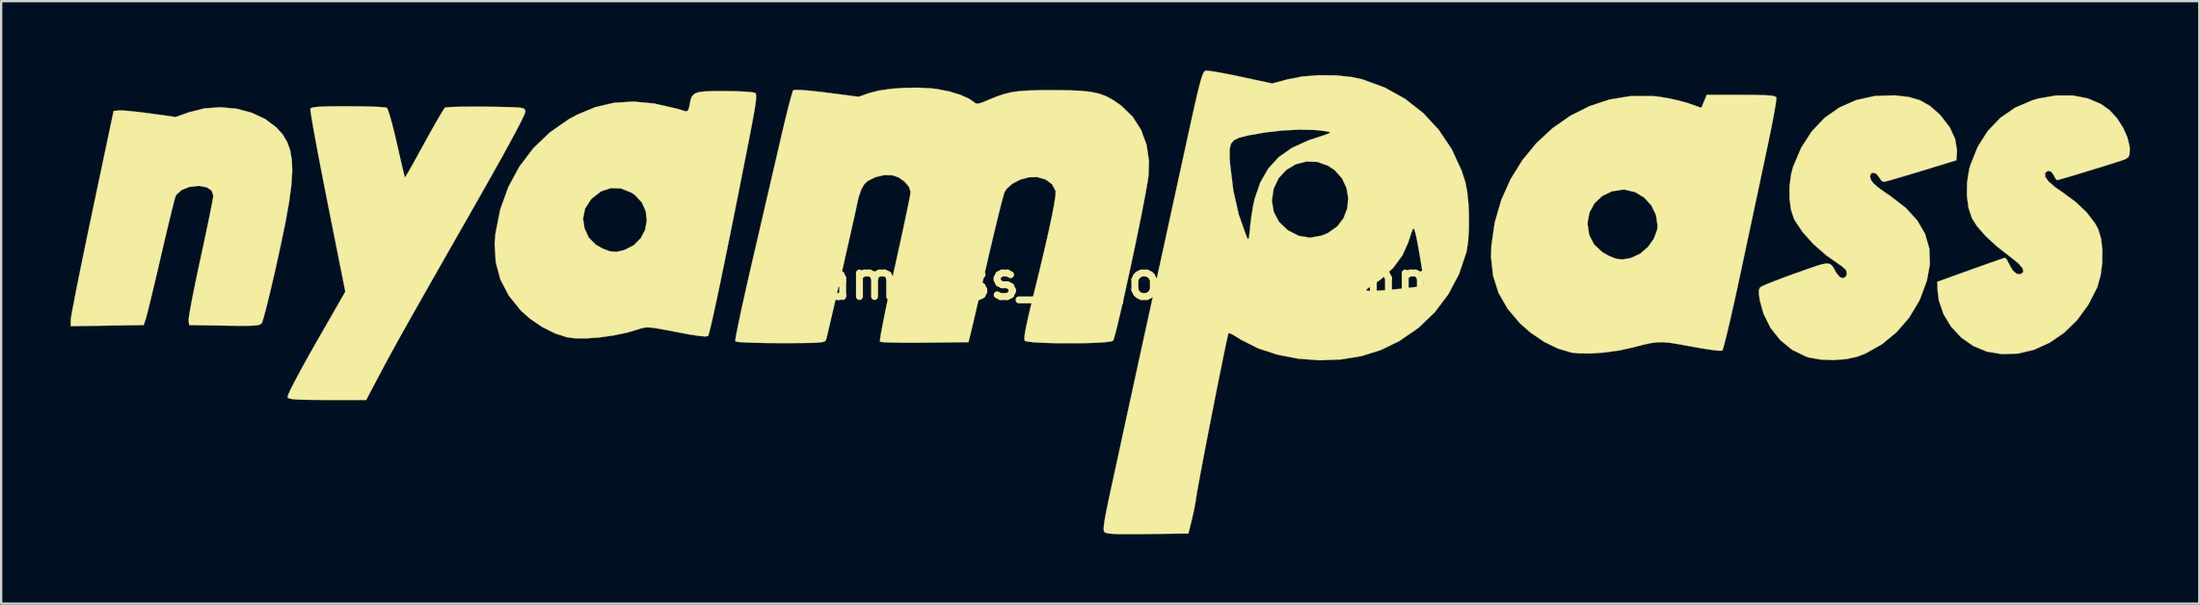
<source format=kicad_pcb>
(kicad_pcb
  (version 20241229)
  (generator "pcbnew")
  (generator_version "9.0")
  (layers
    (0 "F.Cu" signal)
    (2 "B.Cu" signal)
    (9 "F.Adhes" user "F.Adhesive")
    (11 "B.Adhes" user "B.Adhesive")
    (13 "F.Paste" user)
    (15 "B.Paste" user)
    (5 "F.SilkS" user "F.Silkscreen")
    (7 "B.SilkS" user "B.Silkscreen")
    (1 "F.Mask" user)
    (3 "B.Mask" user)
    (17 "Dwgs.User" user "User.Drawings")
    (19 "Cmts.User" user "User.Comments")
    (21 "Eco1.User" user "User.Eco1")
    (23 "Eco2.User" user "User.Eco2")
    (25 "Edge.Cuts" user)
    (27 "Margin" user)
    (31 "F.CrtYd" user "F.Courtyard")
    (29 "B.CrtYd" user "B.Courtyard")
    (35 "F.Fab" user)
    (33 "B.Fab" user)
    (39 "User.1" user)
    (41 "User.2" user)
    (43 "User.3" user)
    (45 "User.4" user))
  (footprint "nyampass_logo_90x23mm"
    (layer "F.Cu")
    (at 44.578 9.083)
    (property "Reference" "nyampass_logo_90x23mm" (at 0 0 0) (layer "F.SilkS") (effects (font (size 1.524 1.524) (thickness 0.3))))
    (attr through_hole)
    (fp_poly (pts (xy 41.944 -8.002) (xy 42.599 -7.875) (xy 43.175 -7.627) (xy 43.539 -7.366) (xy 43.851 -7.026) (xy 44.117 -6.614) (xy 44.31 -6.181) (xy 44.404 -5.779) (xy 44.409 -5.679) (xy 44.396 -5.447) (xy 44.336 -5.32) (xy 44.203 -5.244) (xy 44.19 -5.238) (xy 44.035 -5.185) (xy 43.769 -5.099) (xy 43.42 -4.989) (xy 43.021 -4.865) (xy 42.601 -4.736) (xy 42.191 -4.611) (xy 41.822 -4.5) (xy 41.524 -4.413) (xy 41.327 -4.357) (xy 41.264 -4.343) (xy 41.198 -4.41) (xy 41.132 -4.547) (xy 41.019 -4.708) (xy 40.876 -4.749) (xy 40.758 -4.663) (xy 40.75 -4.499) (xy 40.895 -4.287) (xy 41.193 -4.03) (xy 41.501 -3.818) (xy 42.073 -3.397) (xy 42.552 -2.94) (xy 42.91 -2.473) (xy 43.042 -2.23) (xy 43.167 -1.823) (xy 43.225 -1.319) (xy 43.219 -0.771) (xy 43.149 -0.23) (xy 43.017 0.25) (xy 42.993 0.311) (xy 42.612 1.057) (xy 42.134 1.708) (xy 41.576 2.253) (xy 40.954 2.682) (xy 40.286 2.987) (xy 39.587 3.156) (xy 38.875 3.181) (xy 38.236 3.072) (xy 37.649 2.831) (xy 37.127 2.464) (xy 36.69 1.996) (xy 36.361 1.453) (xy 36.159 0.862) (xy 36.106 0.434) (xy 36.093 0.053) (xy 37.526 -0.464) (xy 37.982 -0.627) (xy 38.385 -0.77) (xy 38.709 -0.882) (xy 38.929 -0.956) (xy 39.021 -0.982) (xy 39.089 -0.915) (xy 39.178 -0.75) (xy 39.192 -0.717) (xy 39.348 -0.442) (xy 39.524 -0.288) (xy 39.697 -0.275) (xy 39.813 -0.374) (xy 39.781 -0.528) (xy 39.601 -0.739) (xy 39.27 -1.008) (xy 39.22 -1.045) (xy 38.651 -1.49) (xy 38.174 -1.932) (xy 37.809 -2.351) (xy 37.589 -2.697) (xy 37.442 -3.139) (xy 37.371 -3.674) (xy 37.38 -4.248) (xy 37.469 -4.809) (xy 37.515 -4.976) (xy 37.835 -5.778) (xy 38.27 -6.466) (xy 38.815 -7.036) (xy 39.465 -7.483) (xy 40.215 -7.801) (xy 40.477 -7.876) (xy 41.229 -8.003) (xy 41.944 -8.002)) (stroke (width 0.01) (type solid)) (fill yes) (layer "F.SilkS"))
    (fp_poly (pts (xy -37.403 -7.43) (xy -36.753 -7.257) (xy -36.169 -6.985) (xy -35.679 -6.618) (xy -35.403 -6.306) (xy -35.218 -5.993) (xy -35.089 -5.635) (xy -35.016 -5.213) (xy -35 -4.712) (xy -35.039 -4.114) (xy -35.134 -3.402) (xy -35.285 -2.559) (xy -35.355 -2.212) (xy -35.488 -1.576) (xy -35.627 -0.934) (xy -35.767 -0.308) (xy -35.903 0.278) (xy -36.029 0.803) (xy -36.139 1.244) (xy -36.229 1.578) (xy -36.294 1.783) (xy -36.311 1.825) (xy -36.35 1.876) (xy -36.422 1.913) (xy -36.548 1.937) (xy -36.753 1.951) (xy -37.058 1.956) (xy -37.486 1.953) (xy -37.919 1.948) (xy -39.452 1.925) (xy -39.476 1.718) (xy -39.465 1.589) (xy -39.422 1.32) (xy -39.352 0.935) (xy -39.258 0.454) (xy -39.144 -0.102) (xy -39.015 -0.711) (xy -38.955 -0.986) (xy -38.82 -1.61) (xy -38.697 -2.19) (xy -38.591 -2.703) (xy -38.505 -3.129) (xy -38.444 -3.447) (xy -38.412 -3.635) (xy -38.409 -3.671) (xy -38.48 -3.888) (xy -38.687 -4.032) (xy -39.015 -4.093) (xy -39.071 -4.094) (xy -39.456 -4.048) (xy -39.778 -3.918) (xy -39.997 -3.721) (xy -40.05 -3.62) (xy -40.089 -3.486) (xy -40.158 -3.214) (xy -40.254 -2.827) (xy -40.37 -2.347) (xy -40.501 -1.795) (xy -40.642 -1.193) (xy -40.681 -1.024) (xy -40.824 -0.409) (xy -40.96 0.166) (xy -41.083 0.679) (xy -41.187 1.107) (xy -41.267 1.426) (xy -41.318 1.615) (xy -41.325 1.639) (xy -41.419 1.925) (xy -42.996 1.948) (xy -44.573 1.97) (xy -44.57 1.702) (xy -44.553 1.573) (xy -44.505 1.299) (xy -44.428 0.896) (xy -44.327 0.38) (xy -44.205 -0.233) (xy -44.063 -0.928) (xy -43.906 -1.689) (xy -43.737 -2.5) (xy -43.642 -2.95) (xy -42.718 -7.333) (xy -42.478 -7.356) (xy -42.308 -7.353) (xy -42.015 -7.329) (xy -41.638 -7.289) (xy -41.214 -7.236) (xy -41.138 -7.225) (xy -40.039 -7.072) (xy -39.459 -7.277) (xy -38.784 -7.447) (xy -38.089 -7.495) (xy -37.403 -7.43)) (stroke (width 0.01) (type solid)) (fill yes) (layer "F.SilkS"))
    (fp_poly (pts (xy 34.852 -7.94) (xy 35.345 -7.795) (xy 35.771 -7.556) (xy 36.174 -7.201) (xy 36.249 -7.122) (xy 36.628 -6.628) (xy 36.861 -6.128) (xy 36.942 -5.637) (xy 36.938 -5.514) (xy 36.912 -5.203) (xy 35.396 -4.738) (xy 34.92 -4.594) (xy 34.494 -4.467) (xy 34.144 -4.365) (xy 33.898 -4.296) (xy 33.779 -4.268) (xy 33.776 -4.267) (xy 33.669 -4.329) (xy 33.579 -4.465) (xy 33.461 -4.616) (xy 33.323 -4.669) (xy 33.215 -4.619) (xy 33.184 -4.506) (xy 33.215 -4.367) (xy 33.32 -4.218) (xy 33.519 -4.038) (xy 33.832 -3.811) (xy 34.071 -3.65) (xy 34.727 -3.145) (xy 35.225 -2.601) (xy 35.565 -2.014) (xy 35.747 -1.383) (xy 35.771 -0.708) (xy 35.639 0.015) (xy 35.35 0.787) (xy 35.304 0.887) (xy 34.878 1.599) (xy 34.336 2.228) (xy 33.702 2.752) (xy 33 3.148) (xy 32.626 3.293) (xy 32.151 3.397) (xy 31.602 3.438) (xy 31.045 3.415) (xy 30.551 3.328) (xy 30.425 3.29) (xy 29.825 2.998) (xy 29.306 2.576) (xy 28.884 2.045) (xy 28.578 1.424) (xy 28.426 0.869) (xy 28.382 0.579) (xy 28.383 0.403) (xy 28.432 0.301) (xy 28.446 0.287) (xy 28.555 0.229) (xy 28.792 0.127) (xy 29.132 -0.007) (xy 29.546 -0.163) (xy 29.985 -0.322) (xy 30.493 -0.503) (xy 30.869 -0.633) (xy 31.138 -0.712) (xy 31.324 -0.74) (xy 31.451 -0.717) (xy 31.543 -0.643) (xy 31.626 -0.518) (xy 31.721 -0.342) (xy 31.729 -0.328) (xy 31.877 -0.15) (xy 32.027 -0.099) (xy 32.144 -0.177) (xy 32.185 -0.299) (xy 32.148 -0.458) (xy 31.976 -0.616) (xy 31.928 -0.647) (xy 31.301 -1.085) (xy 30.74 -1.576) (xy 30.276 -2.091) (xy 29.936 -2.6) (xy 29.894 -2.681) (xy 29.767 -3.072) (xy 29.704 -3.559) (xy 29.707 -4.09) (xy 29.777 -4.61) (xy 29.858 -4.916) (xy 30.209 -5.742) (xy 30.665 -6.45) (xy 31.22 -7.034) (xy 31.865 -7.488) (xy 32.59 -7.806) (xy 33.388 -7.981) (xy 34.249 -8.008) (xy 34.852 -7.94)) (stroke (width 0.01) (type solid)) (fill yes) (layer "F.SilkS"))
    (fp_poly (pts (xy -32.095 -7.533) (xy -31.652 -7.524) (xy -31.289 -7.51) (xy -31.034 -7.493) (xy -30.914 -7.473) (xy -30.911 -7.471) (xy -30.862 -7.374) (xy -30.786 -7.143) (xy -30.691 -6.805) (xy -30.584 -6.386) (xy -30.48 -5.942) (xy -30.375 -5.477) (xy -30.281 -5.07) (xy -30.205 -4.747) (xy -30.152 -4.534) (xy -30.13 -4.457) (xy -30.087 -4.519) (xy -29.977 -4.704) (xy -29.813 -4.992) (xy -29.607 -5.362) (xy -29.37 -5.793) (xy -29.298 -5.926) (xy -29.05 -6.376) (xy -28.823 -6.779) (xy -28.632 -7.109) (xy -28.489 -7.346) (xy -28.407 -7.467) (xy -28.398 -7.476) (xy -28.292 -7.494) (xy -28.048 -7.507) (xy -27.693 -7.516) (xy -27.252 -7.52) (xy -26.75 -7.519) (xy -26.629 -7.517) (xy -26.065 -7.51) (xy -25.643 -7.502) (xy -25.343 -7.491) (xy -25.143 -7.474) (xy -25.022 -7.449) (xy -24.959 -7.413) (xy -24.932 -7.364) (xy -24.924 -7.317) (xy -24.959 -7.201) (xy -25.076 -6.947) (xy -25.275 -6.56) (xy -25.552 -6.042) (xy -25.905 -5.396) (xy -26.335 -4.627) (xy -26.837 -3.737) (xy -27.131 -3.22) (xy -27.745 -2.143) (xy -28.284 -1.197) (xy -28.755 -0.37) (xy -29.163 0.35) (xy -29.517 0.972) (xy -29.821 1.51) (xy -30.082 1.974) (xy -30.307 2.376) (xy -30.502 2.728) (xy -30.674 3.04) (xy -30.83 3.325) (xy -30.974 3.593) (xy -31.115 3.857) (xy -31.231 4.076) (xy -31.804 5.162) (xy -33.48 5.162) (xy -34.058 5.16) (xy -34.492 5.154) (xy -34.802 5.143) (xy -35.009 5.124) (xy -35.132 5.097) (xy -35.191 5.059) (xy -35.202 5.041) (xy -35.174 4.94) (xy -35.071 4.713) (xy -34.901 4.376) (xy -34.672 3.945) (xy -34.392 3.435) (xy -34.069 2.862) (xy -33.976 2.7) (xy -32.704 0.48) (xy -33.481 -3.419) (xy -33.634 -4.197) (xy -33.776 -4.929) (xy -33.904 -5.597) (xy -34.013 -6.185) (xy -34.102 -6.679) (xy -34.167 -7.06) (xy -34.206 -7.315) (xy -34.215 -7.426) (xy -34.215 -7.428) (xy -34.167 -7.467) (xy -34.045 -7.497) (xy -33.83 -7.517) (xy -33.504 -7.53) (xy -33.048 -7.536) (xy -32.592 -7.537) (xy -32.095 -7.533)) (stroke (width 0.01) (type solid)) (fill yes) (layer "F.SilkS"))
    (fp_poly (pts (xy -15.885 -8.187) (xy -15.503 -8.173) (xy -15.206 -8.152) (xy -15.028 -8.126) (xy -14.997 -8.115) (xy -14.966 -8.074) (xy -14.952 -7.989) (xy -14.957 -7.842) (xy -14.984 -7.618) (xy -15.035 -7.299) (xy -15.112 -6.87) (xy -15.218 -6.313) (xy -15.35 -5.638) (xy -15.622 -4.262) (xy -15.873 -3) (xy -16.103 -1.858) (xy -16.31 -0.841) (xy -16.493 0.048) (xy -16.652 0.801) (xy -16.785 1.416) (xy -16.891 1.886) (xy -16.97 2.207) (xy -17.019 2.375) (xy -17.031 2.397) (xy -17.15 2.417) (xy -17.425 2.393) (xy -17.851 2.327) (xy -18.389 2.226) (xy -18.874 2.132) (xy -19.229 2.068) (xy -19.483 2.033) (xy -19.668 2.024) (xy -19.813 2.039) (xy -19.948 2.075) (xy -20.013 2.098) (xy -20.535 2.252) (xy -21.121 2.374) (xy -21.727 2.459) (xy -22.305 2.501) (xy -22.809 2.494) (xy -23.106 2.456) (xy -23.639 2.287) (xy -24.198 2.006) (xy -24.728 1.646) (xy -25.136 1.281) (xy -25.647 0.642) (xy -26.003 -0.047) (xy -26.204 -0.79) (xy -26.252 -1.589) (xy -26.216 -2.034) (xy -26.087 -2.682) (xy -22.432 -2.682) (xy -22.371 -2.266) (xy -22.186 -1.859) (xy -21.888 -1.555) (xy -21.59 -1.384) (xy -21.264 -1.262) (xy -20.982 -1.241) (xy -20.663 -1.314) (xy -20.639 -1.322) (xy -20.233 -1.532) (xy -19.935 -1.835) (xy -19.748 -2.201) (xy -19.676 -2.6) (xy -19.723 -3.002) (xy -19.892 -3.378) (xy -20.186 -3.697) (xy -20.348 -3.806) (xy -20.791 -3.983) (xy -21.233 -3.999) (xy -21.654 -3.859) (xy -22.037 -3.564) (xy -22.099 -3.496) (xy -22.346 -3.107) (xy -22.432 -2.682) (xy -26.087 -2.682) (xy -26.01 -3.071) (xy -25.663 -4.039) (xy -25.185 -4.925) (xy -24.582 -5.72) (xy -23.864 -6.409) (xy -23.039 -6.983) (xy -22.688 -7.173) (xy -21.9 -7.5) (xy -21.091 -7.688) (xy -20.247 -7.74) (xy -19.35 -7.655) (xy -18.383 -7.434) (xy -18.014 -7.321) (xy -17.919 -7.329) (xy -17.857 -7.448) (xy -17.822 -7.614) (xy -17.78 -7.825) (xy -17.718 -7.977) (xy -17.613 -8.08) (xy -17.441 -8.144) (xy -17.175 -8.178) (xy -16.793 -8.191) (xy -16.32 -8.192) (xy -15.885 -8.187)) (stroke (width 0.01) (type solid)) (fill yes) (layer "F.SilkS"))
    (fp_poly (pts (xy 28.158 -8.027) (xy 28.561 -8.019) (xy 28.841 -8.004) (xy 29.017 -7.98) (xy 29.11 -7.946) (xy 29.136 -7.916) (xy 29.132 -7.807) (xy 29.096 -7.561) (xy 29.034 -7.202) (xy 28.949 -6.754) (xy 28.845 -6.238) (xy 28.763 -5.847) (xy 28.651 -5.318) (xy 28.511 -4.661) (xy 28.351 -3.906) (xy 28.176 -3.085) (xy 27.994 -2.23) (xy 27.812 -1.373) (xy 27.636 -0.544) (xy 27.618 -0.46) (xy 27.462 0.267) (xy 27.313 0.945) (xy 27.175 1.555) (xy 27.052 2.082) (xy 26.949 2.509) (xy 26.868 2.819) (xy 26.814 2.995) (xy 26.797 3.029) (xy 26.688 3.034) (xy 26.449 3.011) (xy 26.109 2.963) (xy 25.699 2.895) (xy 25.458 2.851) (xy 24.951 2.758) (xy 24.563 2.695) (xy 24.254 2.666) (xy 23.982 2.669) (xy 23.706 2.705) (xy 23.385 2.776) (xy 22.978 2.881) (xy 22.941 2.891) (xy 22.35 3.021) (xy 21.727 3.109) (xy 21.123 3.153) (xy 20.587 3.148) (xy 20.283 3.113) (xy 19.7 2.942) (xy 19.092 2.644) (xy 18.503 2.243) (xy 18.059 1.851) (xy 17.517 1.212) (xy 17.131 0.531) (xy 16.896 -0.206) (xy 16.808 -1.009) (xy 16.822 -1.501) (xy 16.96 -2.459) (xy 20.975 -2.459) (xy 21.048 -1.968) (xy 21.263 -1.556) (xy 21.621 -1.224) (xy 21.918 -1.057) (xy 22.218 -0.941) (xy 22.478 -0.911) (xy 22.78 -0.961) (xy 22.878 -0.987) (xy 23.254 -1.163) (xy 23.587 -1.45) (xy 23.841 -1.806) (xy 23.985 -2.19) (xy 24.005 -2.376) (xy 23.934 -2.84) (xy 23.731 -3.255) (xy 23.422 -3.592) (xy 23.034 -3.826) (xy 22.592 -3.93) (xy 22.508 -3.933) (xy 22.028 -3.86) (xy 21.611 -3.657) (xy 21.281 -3.346) (xy 21.061 -2.95) (xy 20.976 -2.491) (xy 20.975 -2.459) (xy 16.96 -2.459) (xy 16.969 -2.518) (xy 17.249 -3.482) (xy 17.65 -4.381) (xy 18.161 -5.206) (xy 18.769 -5.945) (xy 19.462 -6.587) (xy 20.228 -7.123) (xy 21.056 -7.54) (xy 21.933 -7.83) (xy 22.847 -7.979) (xy 23.786 -7.979) (xy 24.039 -7.953) (xy 24.46 -7.884) (xy 24.9 -7.789) (xy 25.277 -7.685) (xy 25.341 -7.664) (xy 25.896 -7.471) (xy 26.012 -7.75) (xy 26.129 -8.03) (xy 27.611 -8.03) (xy 28.158 -8.027)) (stroke (width 0.01) (type solid)) (fill yes) (layer "F.SilkS"))
    (fp_poly (pts (xy -7.374 -8.31) (xy -7.137 -8.282) (xy -6.604 -8.177) (xy -6.129 -8.033) (xy -5.751 -7.863) (xy -5.552 -7.725) (xy -5.46 -7.661) (xy -5.353 -7.65) (xy -5.185 -7.699) (xy -4.938 -7.802) (xy -4.583 -7.949) (xy -4.265 -8.059) (xy -3.95 -8.137) (xy -3.602 -8.188) (xy -3.189 -8.218) (xy -2.675 -8.232) (xy -2.13 -8.235) (xy -1.458 -8.228) (xy -0.92 -8.206) (xy -0.488 -8.159) (xy -0.132 -8.083) (xy 0.175 -7.971) (xy 0.463 -7.815) (xy 0.762 -7.61) (xy 0.832 -7.557) (xy 1.317 -7.088) (xy 1.682 -6.518) (xy 1.921 -5.868) (xy 2.025 -5.158) (xy 2.004 -4.547) (xy 1.967 -4.287) (xy 1.902 -3.907) (xy 1.812 -3.429) (xy 1.704 -2.873) (xy 1.58 -2.259) (xy 1.445 -1.607) (xy 1.304 -0.938) (xy 1.161 -0.272) (xy 1.02 0.371) (xy 0.886 0.971) (xy 0.762 1.507) (xy 0.654 1.958) (xy 0.566 2.305) (xy 0.502 2.528) (xy 0.471 2.601) (xy 0.363 2.637) (xy 0.12 2.666) (xy -0.229 2.688) (xy -0.654 2.703) (xy -1.127 2.711) (xy -1.617 2.711) (xy -2.098 2.705) (xy -2.538 2.692) (xy -2.91 2.672) (xy -3.183 2.645) (xy -3.33 2.61) (xy -3.343 2.601) (xy -3.36 2.508) (xy -3.341 2.306) (xy -3.282 1.984) (xy -3.183 1.531) (xy -3.041 0.935) (xy -2.99 0.727) (xy -2.72 -0.373) (xy -2.493 -1.329) (xy -2.309 -2.137) (xy -2.168 -2.796) (xy -2.07 -3.305) (xy -2.017 -3.66) (xy -2.008 -3.86) (xy -2.012 -3.881) (xy -2.164 -4.166) (xy -2.444 -4.371) (xy -2.808 -4.476) (xy -3.17 -4.467) (xy -3.545 -4.362) (xy -3.883 -4.186) (xy -4.134 -3.96) (xy -4.218 -3.822) (xy -4.263 -3.682) (xy -4.338 -3.403) (xy -4.439 -3.005) (xy -4.561 -2.511) (xy -4.698 -1.939) (xy -4.846 -1.312) (xy -4.951 -0.86) (xy -5.103 -0.199) (xy -5.248 0.429) (xy -5.38 1.001) (xy -5.495 1.494) (xy -5.587 1.886) (xy -5.65 2.155) (xy -5.674 2.253) (xy -5.776 2.663) (xy -7.655 2.685) (xy -8.195 2.689) (xy -8.68 2.686) (xy -9.086 2.679) (xy -9.389 2.668) (xy -9.565 2.652) (xy -9.599 2.642) (xy -9.596 2.55) (xy -9.561 2.316) (xy -9.495 1.958) (xy -9.403 1.492) (xy -9.289 0.938) (xy -9.156 0.312) (xy -9.007 -0.369) (xy -8.97 -0.534) (xy -8.815 -1.231) (xy -8.673 -1.883) (xy -8.546 -2.472) (xy -8.439 -2.979) (xy -8.356 -3.386) (xy -8.3 -3.674) (xy -8.276 -3.824) (xy -8.275 -3.836) (xy -8.347 -4.054) (xy -8.532 -4.275) (xy -8.785 -4.455) (xy -9.045 -4.551) (xy -9.416 -4.561) (xy -9.797 -4.474) (xy -10.124 -4.309) (xy -10.273 -4.176) (xy -10.406 -3.946) (xy -10.52 -3.618) (xy -10.564 -3.429) (xy -10.604 -3.239) (xy -10.673 -2.92) (xy -10.767 -2.497) (xy -10.881 -1.992) (xy -11.008 -1.427) (xy -11.145 -0.825) (xy -11.285 -0.21) (xy -11.424 0.396) (xy -11.556 0.971) (xy -11.676 1.491) (xy -11.779 1.934) (xy -11.86 2.276) (xy -11.913 2.496) (xy -11.931 2.56) (xy -11.956 2.606) (xy -12.014 2.641) (xy -12.125 2.667) (xy -12.308 2.684) (xy -12.584 2.695) (xy -12.971 2.701) (xy -13.49 2.704) (xy -13.889 2.704) (xy -14.494 2.701) (xy -15.009 2.691) (xy -15.417 2.676) (xy -15.699 2.657) (xy -15.841 2.633) (xy -15.853 2.625) (xy -15.845 2.531) (xy -15.803 2.294) (xy -15.731 1.932) (xy -15.632 1.461) (xy -15.509 0.897) (xy -15.367 0.26) (xy -15.209 -0.437) (xy -15.116 -0.837) (xy -14.926 -1.655) (xy -14.729 -2.507) (xy -14.531 -3.361) (xy -14.34 -4.186) (xy -14.163 -4.948) (xy -14.008 -5.616) (xy -13.883 -6.159) (xy -13.877 -6.186) (xy -13.748 -6.733) (xy -13.628 -7.228) (xy -13.522 -7.647) (xy -13.435 -7.969) (xy -13.375 -8.17) (xy -13.35 -8.228) (xy -13.242 -8.247) (xy -12.99 -8.239) (xy -12.611 -8.208) (xy -12.124 -8.154) (xy -11.9 -8.126) (xy -10.522 -7.948) (xy -10.062 -8.11) (xy -9.65 -8.215) (xy -9.126 -8.291) (xy -8.539 -8.334) (xy -7.938 -8.341) (xy -7.374 -8.31)) (stroke (width 0.01) (type solid)) (fill yes) (layer "F.SilkS"))
    (fp_poly (pts (xy 4.613 -9.07) (xy 4.875 -9.031) (xy 5.236 -8.966) (xy 5.666 -8.882) (xy 5.997 -8.812) (xy 7.349 -8.522) (xy 7.997 -8.697) (xy 8.64 -8.822) (xy 9.36 -8.881) (xy 10.097 -8.873) (xy 10.791 -8.8) (xy 11.25 -8.7) (xy 12.216 -8.345) (xy 13.094 -7.856) (xy 13.876 -7.243) (xy 14.549 -6.516) (xy 15.104 -5.686) (xy 15.531 -4.762) (xy 15.695 -4.261) (xy 15.774 -3.866) (xy 15.827 -3.361) (xy 15.852 -2.799) (xy 15.849 -2.232) (xy 15.817 -1.711) (xy 15.756 -1.289) (xy 15.742 -1.229) (xy 15.422 -0.28) (xy 14.963 0.59) (xy 14.376 1.369) (xy 13.669 2.046) (xy 12.855 2.608) (xy 12.042 3.005) (xy 11.217 3.263) (xy 10.326 3.41) (xy 9.401 3.447) (xy 8.474 3.378) (xy 7.577 3.205) (xy 6.743 2.931) (xy 6.003 2.56) (xy 5.855 2.464) (xy 5.649 2.339) (xy 5.503 2.275) (xy 5.46 2.278) (xy 5.433 2.376) (xy 5.38 2.614) (xy 5.304 2.974) (xy 5.209 3.434) (xy 5.1 3.974) (xy 4.979 4.574) (xy 4.852 5.215) (xy 4.723 5.876) (xy 4.594 6.536) (xy 4.47 7.176) (xy 4.355 7.776) (xy 4.254 8.315) (xy 4.169 8.773) (xy 4.105 9.131) (xy 4.066 9.367) (xy 4.058 9.423) (xy 4.014 9.698) (xy 3.943 10.051) (xy 3.87 10.365) (xy 3.728 10.938) (xy 1.957 10.96) (xy 1.348 10.966) (xy 0.883 10.965) (xy 0.545 10.957) (xy 0.314 10.94) (xy 0.172 10.914) (xy 0.1 10.878) (xy 0.094 10.871) (xy 0.069 10.788) (xy 0.073 10.621) (xy 0.11 10.352) (xy 0.181 9.965) (xy 0.29 9.443) (xy 0.331 9.252) (xy 0.457 8.673) (xy 0.592 8.052) (xy 0.724 7.445) (xy 0.84 6.908) (xy 0.898 6.637) (xy 0.966 6.325) (xy 1.063 5.875) (xy 1.186 5.31) (xy 1.33 4.651) (xy 1.489 3.92) (xy 1.659 3.14) (xy 1.835 2.333) (xy 1.969 1.721) (xy 2.174 0.78) (xy 2.251 0.428) (xy 11.406 0.428) (xy 11.55 0.448) (xy 11.847 0.443) (xy 12.295 0.412) (xy 12.887 0.356) (xy 13.183 0.324) (xy 13.5 0.286) (xy 13.749 0.25) (xy 13.889 0.222) (xy 13.905 0.216) (xy 13.905 0.127) (xy 13.881 -0.088) (xy 13.838 -0.393) (xy 13.782 -0.753) (xy 13.719 -1.133) (xy 13.655 -1.497) (xy 13.595 -1.809) (xy 13.545 -2.035) (xy 13.531 -2.089) (xy 13.491 -2.212) (xy 13.457 -2.255) (xy 13.414 -2.2) (xy 13.351 -2.029) (xy 13.252 -1.721) (xy 13.239 -1.678) (xy 12.982 -1.098) (xy 12.589 -0.561) (xy 12.049 -0.057) (xy 11.42 0.383) (xy 11.406 0.428) (xy 2.251 0.428) (xy 2.4 -0.259) (xy 2.639 -1.352) (xy 2.88 -2.459) (xy 3.115 -3.538) (xy 3.335 -4.547) (xy 3.507 -5.337) (xy 5.509 -5.337) (xy 5.529 -5.039) (xy 5.669 -3.892) (xy 5.901 -2.865) (xy 6.228 -1.937) (xy 6.233 -1.925) (xy 6.285 -1.815) (xy 6.321 -1.791) (xy 6.348 -1.874) (xy 6.374 -2.084) (xy 6.4 -2.352) (xy 6.448 -2.753) (xy 6.514 -3.168) (xy 6.572 -3.442) (xy 7.335 -3.442) (xy 7.418 -2.961) (xy 7.648 -2.533) (xy 8.015 -2.182) (xy 8.027 -2.173) (xy 8.498 -1.932) (xy 8.982 -1.854) (xy 9.479 -1.94) (xy 9.761 -2.057) (xy 10.157 -2.336) (xy 10.435 -2.7) (xy 10.594 -3.12) (xy 10.636 -3.566) (xy 10.56 -4.009) (xy 10.366 -4.422) (xy 10.053 -4.773) (xy 9.758 -4.971) (xy 9.291 -5.133) (xy 8.816 -5.148) (xy 8.362 -5.028) (xy 7.958 -4.785) (xy 7.632 -4.434) (xy 7.415 -3.985) (xy 7.406 -3.953) (xy 7.335 -3.442) (xy 6.572 -3.442) (xy 6.586 -3.511) (xy 6.589 -3.523) (xy 6.833 -4.238) (xy 7.175 -4.837) (xy 7.626 -5.333) (xy 8.2 -5.736) (xy 8.907 -6.06) (xy 9.3 -6.191) (xy 9.569 -6.278) (xy 9.773 -6.354) (xy 9.86 -6.397) (xy 9.816 -6.428) (xy 9.641 -6.463) (xy 9.366 -6.497) (xy 9.204 -6.511) (xy 8.558 -6.528) (xy 7.823 -6.492) (xy 7.063 -6.408) (xy 6.343 -6.283) (xy 6.242 -6.261) (xy 5.913 -6.174) (xy 5.694 -6.069) (xy 5.566 -5.915) (xy 5.51 -5.682) (xy 5.509 -5.337) (xy 3.507 -5.337) (xy 3.53 -5.445) (xy 3.558 -5.572) (xy 3.742 -6.415) (xy 3.895 -7.112) (xy 4.022 -7.677) (xy 4.126 -8.122) (xy 4.211 -8.463) (xy 4.28 -8.712) (xy 4.337 -8.885) (xy 4.385 -8.994) (xy 4.429 -9.053) (xy 4.472 -9.077) (xy 4.48 -9.078) (xy 4.613 -9.07)) (stroke (width 0.01) (type solid)) (fill yes) (layer "F.SilkS")))
  (gr_rect
    (start -3 -3)
    (end 91.992 23.054)
    (stroke (width 0.1) (type default))
    (fill no)
    (layer "Edge.Cuts")))
</source>
